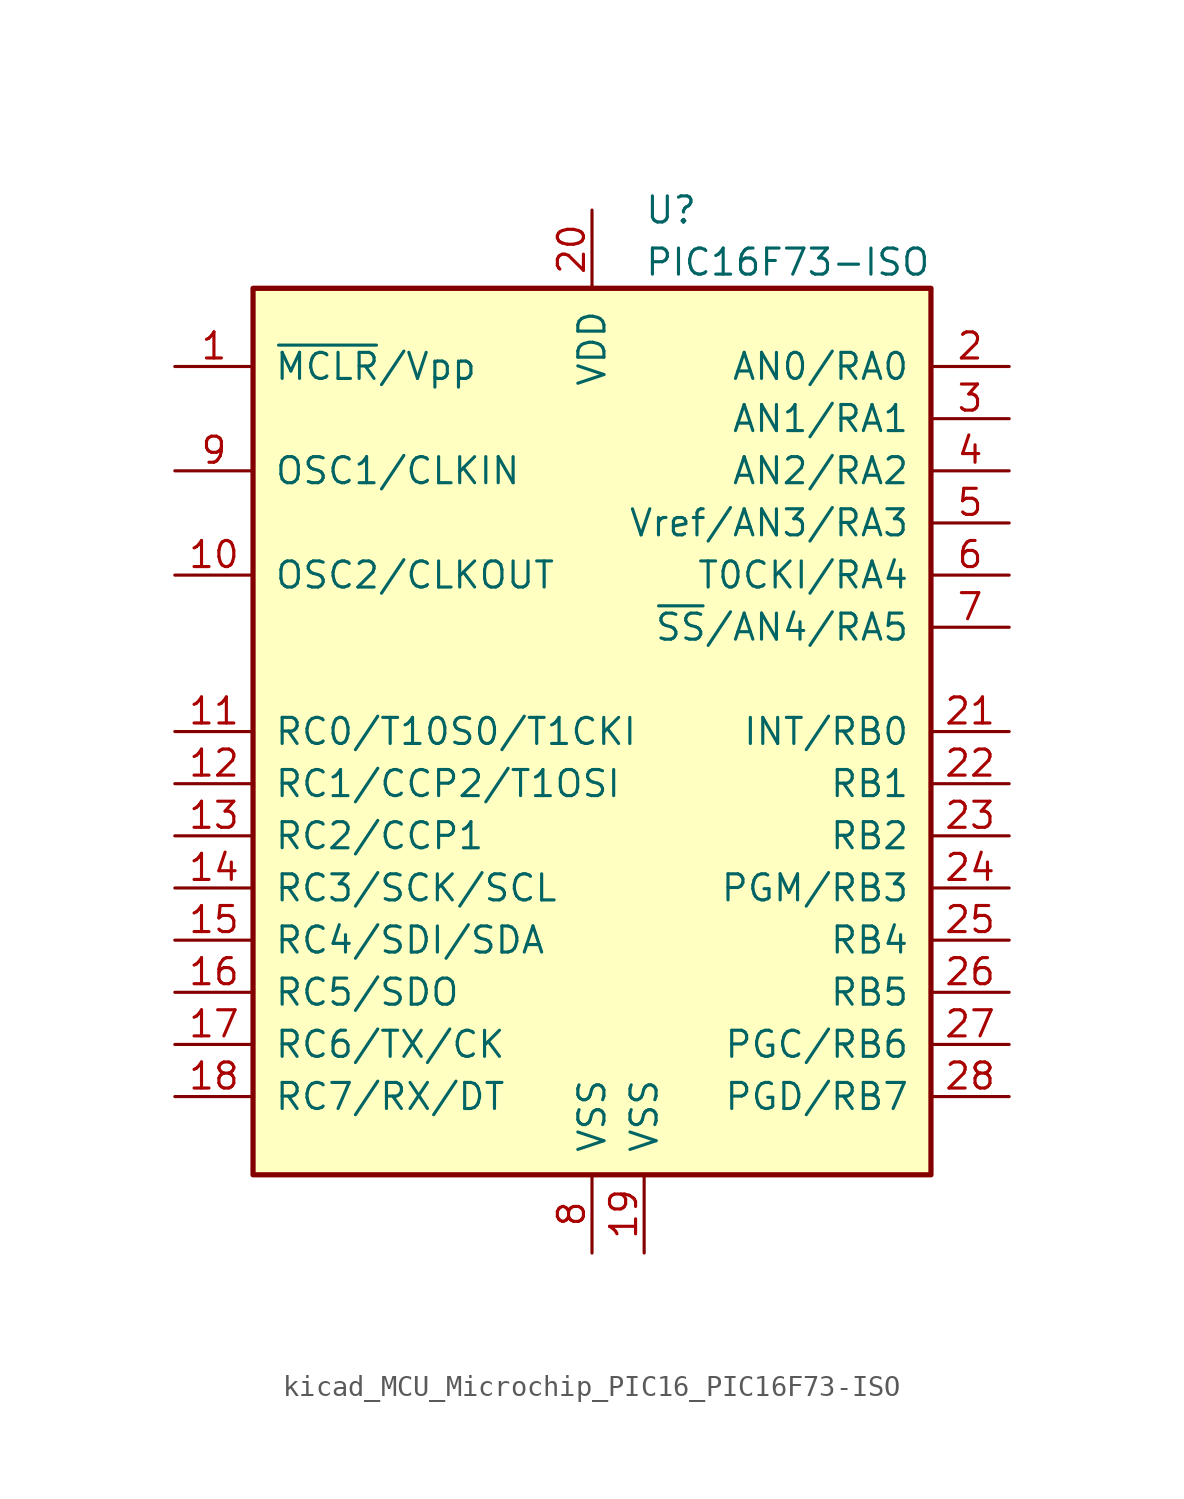
<source format=kicad_sym>
(kicad_symbol_lib
  (version 20220914)
  (generator kicad_symbol_editor)
  (symbol "kicad_MCU_Microchip_PIC16_PIC16F73-ISO"
    (pin_names
      (offset 1.016))
    (property "Reference" "U"
      (at 2.54 25.4 0)
      (effects (font (size 1.27 1.27)) (justify left)))
    (property "Value" "PIC16F73-ISO"
      (at 2.54 22.86 0)
      (effects (font (size 1.27 1.27)) (justify left)))
    (symbol "kicad_MCU_Microchip_PIC16_PIC16F73-ISO_0_1"
      (rectangle (start -16.51 -21.59) (end 16.51 21.59) (stroke (width 0.254) (type default)) (fill (type background))))
    (symbol "kicad_MCU_Microchip_PIC16_PIC16F73-ISO_1_1"
      (pin input line (at -20.32 17.78 0) (length 3.81) (name "~{MCLR}/Vpp" (effects (font (size 1.27 1.27)))) (number "1" (effects (font (size 1.27 1.27)))))
      (pin output line (at -20.32 7.62 0) (length 3.81) (name "OSC2/CLKOUT" (effects (font (size 1.27 1.27)))) (number "10" (effects (font (size 1.27 1.27)))))
      (pin bidirectional line (at -20.32 0 0) (length 3.81) (name "RC0/T10S0/T1CKI" (effects (font (size 1.27 1.27)))) (number "11" (effects (font (size 1.27 1.27)))))
      (pin bidirectional line (at -20.32 -2.54 0) (length 3.81) (name "RC1/CCP2/T1OSI" (effects (font (size 1.27 1.27)))) (number "12" (effects (font (size 1.27 1.27)))))
      (pin bidirectional line (at -20.32 -5.08 0) (length 3.81) (name "RC2/CCP1" (effects (font (size 1.27 1.27)))) (number "13" (effects (font (size 1.27 1.27)))))
      (pin bidirectional line (at -20.32 -7.62 0) (length 3.81) (name "RC3/SCK/SCL" (effects (font (size 1.27 1.27)))) (number "14" (effects (font (size 1.27 1.27)))))
      (pin bidirectional line (at -20.32 -10.16 0) (length 3.81) (name "RC4/SDI/SDA" (effects (font (size 1.27 1.27)))) (number "15" (effects (font (size 1.27 1.27)))))
      (pin bidirectional line (at -20.32 -12.7 0) (length 3.81) (name "RC5/SDO" (effects (font (size 1.27 1.27)))) (number "16" (effects (font (size 1.27 1.27)))))
      (pin bidirectional line (at -20.32 -15.24 0) (length 3.81) (name "RC6/TX/CK" (effects (font (size 1.27 1.27)))) (number "17" (effects (font (size 1.27 1.27)))))
      (pin bidirectional line (at -20.32 -17.78 0) (length 3.81) (name "RC7/RX/DT" (effects (font (size 1.27 1.27)))) (number "18" (effects (font (size 1.27 1.27)))))
      (pin power_in line (at 2.54 -25.4 90) (length 3.81) (name "VSS" (effects (font (size 1.27 1.27)))) (number "19" (effects (font (size 1.27 1.27)))))
      (pin bidirectional line (at 20.32 17.78 180) (length 3.81) (name "AN0/RA0" (effects (font (size 1.27 1.27)))) (number "2" (effects (font (size 1.27 1.27)))))
      (pin power_in line (at 0 25.4 270) (length 3.81) (name "VDD" (effects (font (size 1.27 1.27)))) (number "20" (effects (font (size 1.27 1.27)))))
      (pin bidirectional line (at 20.32 0 180) (length 3.81) (name "INT/RB0" (effects (font (size 1.27 1.27)))) (number "21" (effects (font (size 1.27 1.27)))))
      (pin bidirectional line (at 20.32 -2.54 180) (length 3.81) (name "RB1" (effects (font (size 1.27 1.27)))) (number "22" (effects (font (size 1.27 1.27)))))
      (pin bidirectional line (at 20.32 -5.08 180) (length 3.81) (name "RB2" (effects (font (size 1.27 1.27)))) (number "23" (effects (font (size 1.27 1.27)))))
      (pin bidirectional line (at 20.32 -7.62 180) (length 3.81) (name "PGM/RB3" (effects (font (size 1.27 1.27)))) (number "24" (effects (font (size 1.27 1.27)))))
      (pin bidirectional line (at 20.32 -10.16 180) (length 3.81) (name "RB4" (effects (font (size 1.27 1.27)))) (number "25" (effects (font (size 1.27 1.27)))))
      (pin bidirectional line (at 20.32 -12.7 180) (length 3.81) (name "RB5" (effects (font (size 1.27 1.27)))) (number "26" (effects (font (size 1.27 1.27)))))
      (pin bidirectional line (at 20.32 -15.24 180) (length 3.81) (name "PGC/RB6" (effects (font (size 1.27 1.27)))) (number "27" (effects (font (size 1.27 1.27)))))
      (pin bidirectional line (at 20.32 -17.78 180) (length 3.81) (name "PGD/RB7" (effects (font (size 1.27 1.27)))) (number "28" (effects (font (size 1.27 1.27)))))
      (pin bidirectional line (at 20.32 15.24 180) (length 3.81) (name "AN1/RA1" (effects (font (size 1.27 1.27)))) (number "3" (effects (font (size 1.27 1.27)))))
      (pin bidirectional line (at 20.32 12.7 180) (length 3.81) (name "AN2/RA2" (effects (font (size 1.27 1.27)))) (number "4" (effects (font (size 1.27 1.27)))))
      (pin bidirectional line (at 20.32 10.16 180) (length 3.81) (name "Vref/AN3/RA3" (effects (font (size 1.27 1.27)))) (number "5" (effects (font (size 1.27 1.27)))))
      (pin bidirectional line (at 20.32 7.62 180) (length 3.81) (name "T0CKI/RA4" (effects (font (size 1.27 1.27)))) (number "6" (effects (font (size 1.27 1.27)))))
      (pin bidirectional line (at 20.32 5.08 180) (length 3.81) (name "~{SS}/AN4/RA5" (effects (font (size 1.27 1.27)))) (number "7" (effects (font (size 1.27 1.27)))))
      (pin power_in line (at 0 -25.4 90) (length 3.81) (name "VSS" (effects (font (size 1.27 1.27)))) (number "8" (effects (font (size 1.27 1.27)))))
      (pin input line (at -20.32 12.7 0) (length 3.81) (name "OSC1/CLKIN" (effects (font (size 1.27 1.27)))) (number "9" (effects (font (size 1.27 1.27))))))))
</source>
